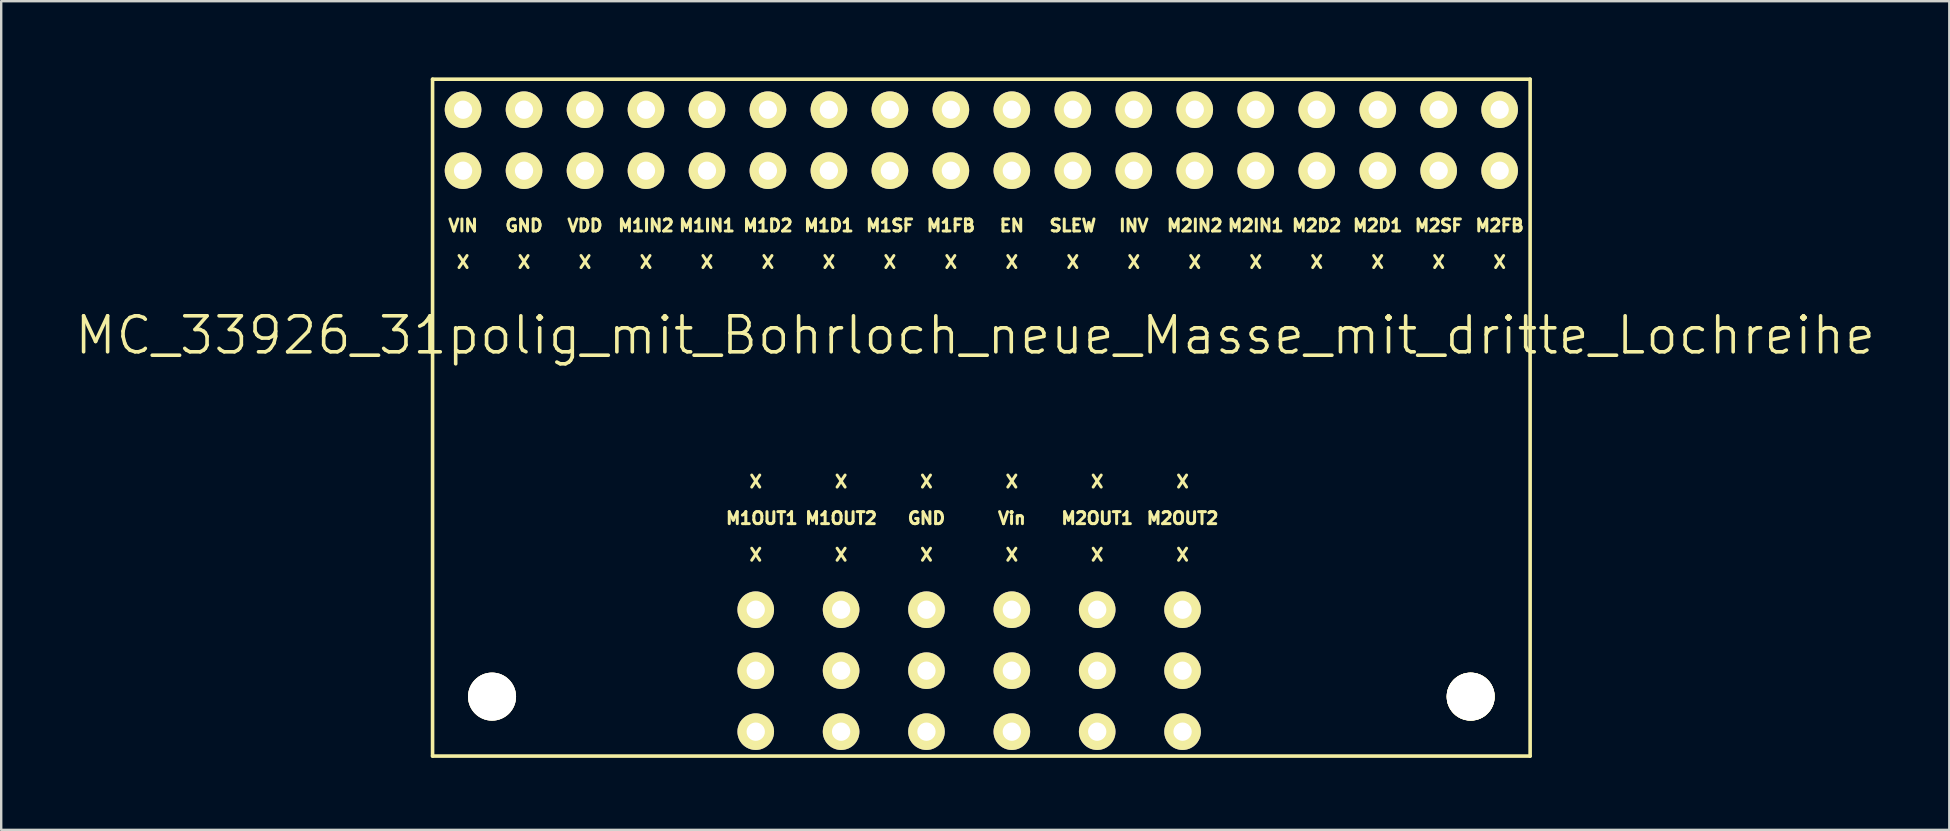
<source format=kicad_pcb>
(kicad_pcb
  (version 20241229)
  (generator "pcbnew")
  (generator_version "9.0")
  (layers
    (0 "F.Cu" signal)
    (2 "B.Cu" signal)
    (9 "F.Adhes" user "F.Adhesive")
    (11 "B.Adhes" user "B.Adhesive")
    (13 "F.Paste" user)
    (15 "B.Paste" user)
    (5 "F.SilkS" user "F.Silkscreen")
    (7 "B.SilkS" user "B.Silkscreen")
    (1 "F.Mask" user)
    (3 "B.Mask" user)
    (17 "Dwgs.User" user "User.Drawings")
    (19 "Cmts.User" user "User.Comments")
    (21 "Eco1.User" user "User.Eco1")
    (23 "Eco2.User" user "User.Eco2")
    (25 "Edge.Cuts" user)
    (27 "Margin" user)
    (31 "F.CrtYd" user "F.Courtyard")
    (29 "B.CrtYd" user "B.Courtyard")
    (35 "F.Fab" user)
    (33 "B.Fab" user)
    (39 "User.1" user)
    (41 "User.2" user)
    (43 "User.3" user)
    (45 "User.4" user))
  (footprint "MC_33926_31polig_mit_Bohrloch_neue_Masse_mit_dritte_Lochreihe"
    (layer "F.Cu")
    (at 14.969 0.25)
    (property "Reference" "MC_33926_31polig_mit_Bohrloch_neue_Masse_mit_dritte_Lochreihe" (at 22.606 10.668 0) (layer "F.SilkS") (effects (font (size 1.5 1.5) (thickness 0.15))))
    (attr through_hole)
    (fp_line (start 0 0) (end 45.72 0) (stroke (width 0.15) (type solid)) (layer "F.SilkS"))
    (fp_line (start 0 28.194) (end 0 0) (stroke (width 0.15) (type solid)) (layer "F.SilkS"))
    (fp_line (start 45.72 0) (end 45.72 28.194) (stroke (width 0.15) (type solid)) (layer "F.SilkS"))
    (fp_line (start 45.72 28.194) (end 0 28.194) (stroke (width 0.15) (type solid)) (layer "F.SilkS"))
    (fp_circle (center 2.477 25.718) (end 3.239 25.209) (stroke (width 0.15) (type solid)) (fill no) (layer "F.SilkS"))
    (fp_circle (center 13.97 3.81) (end 14.097 4.064) (stroke (width 0.15) (type solid)) (fill no) (layer "F.SilkS"))
    (fp_circle (center 16.51 3.81) (end 16.637 4.064) (stroke (width 0.15) (type solid)) (fill no) (layer "F.SilkS"))
    (fp_circle (center 24.13 3.81) (end 24.257 4.064) (stroke (width 0.15) (type solid)) (fill no) (layer "F.SilkS"))
    (fp_circle (center 26.67 3.81) (end 26.797 4.064) (stroke (width 0.15) (type solid)) (fill no) (layer "F.SilkS"))
    (fp_circle (center 29.21 3.81) (end 29.337 4.064) (stroke (width 0.15) (type solid)) (fill no) (layer "F.SilkS"))
    (fp_circle (center 36.83 3.81) (end 36.957 4.064) (stroke (width 0.15) (type solid)) (fill no) (layer "F.SilkS"))
    (fp_circle (center 39.37 3.81) (end 39.624 3.937) (stroke (width 0.15) (type solid)) (fill no) (layer "F.SilkS"))
    (fp_circle (center 43.243 25.718) (end 44.005 25.209) (stroke (width 0.15) (type solid)) (fill no) (layer "F.SilkS"))
    (fp_circle (center 43.243 25.718) (end 44.005 25.209) (stroke (width 0.15) (type solid)) (fill no) (layer "F.SilkS"))
    (fp_circle (center 43.243 25.718) (end 44.005 25.209) (stroke (width 0.15) (type solid)) (fill no) (layer "F.SilkS"))
    (fp_circle (center 43.243 25.718) (end 44.005 25.209) (stroke (width 0.15) (type solid)) (fill no) (layer "F.SilkS"))
    (fp_text user "X" (at 19.05 7.62 0) (layer "F.SilkS") (effects (font (size 0.5 0.5) (thickness 0.125))))
    (fp_text user "X" (at 24.13 7.62 0) (layer "F.SilkS") (effects (font (size 0.5 0.5) (thickness 0.125))))
    (fp_text user "X" (at 6.35 7.62 0) (layer "F.SilkS") (effects (font (size 0.5 0.5) (thickness 0.125))))
    (fp_text user "X" (at 24.13 19.812 0) (layer "F.SilkS") (effects (font (size 0.5 0.5) (thickness 0.125))))
    (fp_text user "X" (at 3.81 7.62 0) (layer "F.SilkS") (effects (font (size 0.5 0.5) (thickness 0.125))))
    (fp_text user "M1D2" (at 13.97 6.096 0) (layer "F.SilkS") (effects (font (size 0.5 0.5) (thickness 0.125))))
    (fp_text user "M1FB" (at 21.59 6.096 0) (layer "F.SilkS") (effects (font (size 0.5 0.5) (thickness 0.125))))
    (fp_text user "X" (at 31.242 19.812 0) (layer "F.SilkS") (effects (font (size 0.5 0.5) (thickness 0.125))))
    (fp_text user "M1OUT2" (at 17.018 18.288 0) (layer "F.SilkS") (effects (font (size 0.5 0.5) (thickness 0.125))))
    (fp_text user "VIN" (at 1.27 6.096 0) (layer "F.SilkS") (effects (font (size 0.5 0.5) (thickness 0.125))))
    (fp_text user "GND" (at 20.574 18.288 0) (layer "F.SilkS") (effects (font (size 0.5 0.5) (thickness 0.125))))
    (fp_text user "M2D1" (at 39.37 6.096 0) (layer "F.SilkS") (effects (font (size 0.5 0.5) (thickness 0.125))))
    (fp_text user "X" (at 27.686 16.764 0) (layer "F.SilkS") (effects (font (size 0.5 0.5) (thickness 0.125))))
    (fp_text user "M2OUT2" (at 31.242 18.288 0) (layer "F.SilkS") (effects (font (size 0.5 0.5) (thickness 0.125))))
    (fp_text user "X" (at 21.59 7.62 0) (layer "F.SilkS") (effects (font (size 0.5 0.5) (thickness 0.125))))
    (fp_text user "X" (at 41.91 7.62 0) (layer "F.SilkS") (effects (font (size 0.5 0.5) (thickness 0.125))))
    (fp_text user "M2D2" (at 36.83 6.096 0) (layer "F.SilkS") (effects (font (size 0.5 0.5) (thickness 0.125))))
    (fp_text user "X" (at 36.83 7.62 0) (layer "F.SilkS") (effects (font (size 0.5 0.5) (thickness 0.125))))
    (fp_text user "M1IN1" (at 11.43 6.096 0) (layer "F.SilkS") (effects (font (size 0.5 0.5) (thickness 0.125))))
    (fp_text user "M1D1" (at 16.51 6.096 0) (layer "F.SilkS") (effects (font (size 0.5 0.5) (thickness 0.125))))
    (fp_text user "GND" (at 3.81 6.096 0) (layer "F.SilkS") (effects (font (size 0.5 0.5) (thickness 0.125))))
    (fp_text user "M2OUT1" (at 27.686 18.288 0) (layer "F.SilkS") (effects (font (size 0.5 0.5) (thickness 0.125))))
    (fp_text user "Vin" (at 24.13 18.288 0) (layer "F.SilkS") (effects (font (size 0.5 0.5) (thickness 0.125))))
    (fp_text user "X" (at 13.462 16.764 0) (layer "F.SilkS") (effects (font (size 0.5 0.5) (thickness 0.125))))
    (fp_text user "X" (at 20.574 16.764 0) (layer "F.SilkS") (effects (font (size 0.5 0.5) (thickness 0.125))))
    (fp_text user "VDD" (at 6.35 6.096 0) (layer "F.SilkS") (effects (font (size 0.5 0.5) (thickness 0.125))))
    (fp_text user "X" (at 13.462 19.812 0) (layer "F.SilkS") (effects (font (size 0.5 0.5) (thickness 0.125))))
    (fp_text user "X" (at 39.37 7.62 0) (layer "F.SilkS") (effects (font (size 0.5 0.5) (thickness 0.125))))
    (fp_text user "X" (at 11.43 7.62 0) (layer "F.SilkS") (effects (font (size 0.5 0.5) (thickness 0.125))))
    (fp_text user "X" (at 1.27 7.62 0) (layer "F.SilkS") (effects (font (size 0.5 0.5) (thickness 0.125))))
    (fp_text user "M1OUT1" (at 13.716 18.288 0) (layer "F.SilkS") (effects (font (size 0.5 0.5) (thickness 0.125))))
    (fp_text user "X" (at 31.242 16.764 0) (layer "F.SilkS") (effects (font (size 0.5 0.5) (thickness 0.125))))
    (fp_text user "X" (at 26.67 7.62 0) (layer "F.SilkS") (effects (font (size 0.5 0.5) (thickness 0.125))))
    (fp_text user "X" (at 31.75 7.62 0) (layer "F.SilkS") (effects (font (size 0.5 0.5) (thickness 0.125))))
    (fp_text user "X" (at 27.686 19.812 0) (layer "F.SilkS") (effects (font (size 0.5 0.5) (thickness 0.125))))
    (fp_text user "M1IN2" (at 8.89 6.096 0) (layer "F.SilkS") (effects (font (size 0.5 0.5) (thickness 0.125))))
    (fp_text user "X" (at 29.21 7.62 0) (layer "F.SilkS") (effects (font (size 0.5 0.5) (thickness 0.125))))
    (fp_text user "X" (at 44.45 7.62 0) (layer "F.SilkS") (effects (font (size 0.5 0.5) (thickness 0.125))))
    (fp_text user "X" (at 20.574 19.812 0) (layer "F.SilkS") (effects (font (size 0.5 0.5) (thickness 0.125))))
    (fp_text user "X" (at 34.29 7.62 0) (layer "F.SilkS") (effects (font (size 0.5 0.5) (thickness 0.125))))
    (fp_text user "M2FB" (at 44.45 6.096 0) (layer "F.SilkS") (effects (font (size 0.5 0.5) (thickness 0.125))))
    (fp_text user "X" (at 17.018 19.812 0) (layer "F.SilkS") (effects (font (size 0.5 0.5) (thickness 0.125))))
    (fp_text user "SLEW" (at 26.67 6.096 0) (layer "F.SilkS") (effects (font (size 0.5 0.5) (thickness 0.125))))
    (fp_text user "X" (at 17.018 16.764 0) (layer "F.SilkS") (effects (font (size 0.5 0.5) (thickness 0.125))))
    (fp_text user "M2IN2" (at 31.75 6.096 0) (layer "F.SilkS") (effects (font (size 0.5 0.5) (thickness 0.125))))
    (fp_text user "M2SF" (at 41.91 6.096 0) (layer "F.SilkS") (effects (font (size 0.5 0.5) (thickness 0.125))))
    (fp_text user "X" (at 13.97 7.62 0) (layer "F.SilkS") (effects (font (size 0.5 0.5) (thickness 0.125))))
    (fp_text user "EN" (at 24.13 6.096 0) (layer "F.SilkS") (effects (font (size 0.5 0.5) (thickness 0.125))))
    (fp_text user "X" (at 8.89 7.62 0) (layer "F.SilkS") (effects (font (size 0.5 0.5) (thickness 0.125))))
    (fp_text user "X" (at 16.51 7.62 0) (layer "F.SilkS") (effects (font (size 0.5 0.5) (thickness 0.125))))
    (fp_text user "M1SF" (at 19.05 6.096 0) (layer "F.SilkS") (effects (font (size 0.5 0.5) (thickness 0.125))))
    (fp_text user "INV" (at 29.21 6.096 0) (layer "F.SilkS") (effects (font (size 0.5 0.5) (thickness 0.125))))
    (fp_text user "X" (at 24.13 16.764 0) (layer "F.SilkS") (effects (font (size 0.5 0.5) (thickness 0.125))))
    (fp_text user "M2IN1" (at 34.29 6.096 0) (layer "F.SilkS") (effects (font (size 0.5 0.5) (thickness 0.125))))
    (pad "1" thru_hole circle (at 1.27 1.27) (size 1.524 1.524) (drill 0.762) (layers "*.Cu" "*.Mask" "F.SilkS"))
    (pad "2" thru_hole circle (at 3.81 1.27) (size 1.524 1.524) (drill 0.762) (layers "*.Cu" "*.Mask" "F.SilkS"))
    (pad "3" thru_hole circle (at 6.35 1.27) (size 1.524 1.524) (drill 0.762) (layers "*.Cu" "*.Mask" "F.SilkS"))
    (pad "4" thru_hole circle (at 8.89 1.27) (size 1.524 1.524) (drill 0.762) (layers "*.Cu" "*.Mask" "F.SilkS"))
    (pad "5" thru_hole circle (at 11.43 1.27) (size 1.524 1.524) (drill 0.762) (layers "*.Cu" "*.Mask" "F.SilkS"))
    (pad "6" thru_hole circle (at 13.97 1.27) (size 1.524 1.524) (drill 0.762) (layers "*.Cu" "*.Mask" "F.SilkS"))
    (pad "7" thru_hole circle (at 16.51 1.27) (size 1.524 1.524) (drill 0.762) (layers "*.Cu" "*.Mask" "F.SilkS"))
    (pad "8" thru_hole circle (at 19.05 1.27) (size 1.524 1.524) (drill 0.762) (layers "*.Cu" "*.Mask" "F.SilkS"))
    (pad "9" thru_hole circle (at 21.59 1.27) (size 1.524 1.524) (drill 0.762) (layers "*.Cu" "*.Mask" "F.SilkS"))
    (pad "10" thru_hole circle (at 24.13 1.27) (size 1.524 1.524) (drill 0.762) (layers "*.Cu" "*.Mask" "F.SilkS"))
    (pad "11" thru_hole circle (at 26.67 1.27) (size 1.524 1.524) (drill 0.762) (layers "*.Cu" "*.Mask" "F.SilkS"))
    (pad "12" thru_hole circle (at 29.21 1.27) (size 1.524 1.524) (drill 0.762) (layers "*.Cu" "*.Mask" "F.SilkS"))
    (pad "13" thru_hole circle (at 31.75 1.27) (size 1.524 1.524) (drill 0.762) (layers "*.Cu" "*.Mask" "F.SilkS"))
    (pad "14" thru_hole circle (at 34.29 1.27) (size 1.524 1.524) (drill 0.762) (layers "*.Cu" "*.Mask" "F.SilkS"))
    (pad "15" thru_hole circle (at 36.83 1.27) (size 1.524 1.524) (drill 0.762) (layers "*.Cu" "*.Mask" "F.SilkS"))
    (pad "16" thru_hole circle (at 39.37 1.27) (size 1.524 1.524) (drill 0.762) (layers "*.Cu" "*.Mask" "F.SilkS"))
    (pad "17" thru_hole circle (at 41.91 1.27) (size 1.524 1.524) (drill 0.762) (layers "*.Cu" "*.Mask" "F.SilkS"))
    (pad "18" thru_hole circle (at 44.45 1.27) (size 1.524 1.524) (drill 0.762) (layers "*.Cu" "*.Mask" "F.SilkS"))
    (pad "19" thru_hole circle (at 13.462 24.638) (size 1.524 1.524) (drill 0.762) (layers "*.Cu" "*.Mask" "F.SilkS"))
    (pad "20" thru_hole circle (at 17.018 24.638) (size 1.524 1.524) (drill 0.762) (layers "*.Cu" "*.Mask" "F.SilkS"))
    (pad "21" thru_hole circle (at 20.574 24.638) (size 1.524 1.524) (drill 0.762) (layers "*.Cu" "*.Mask" "F.SilkS"))
    (pad "22" thru_hole circle (at 24.13 24.638) (size 1.524 1.524) (drill 0.762) (layers "*.Cu" "*.Mask" "F.SilkS"))
    (pad "23" thru_hole circle (at 27.686 24.638) (size 1.524 1.524) (drill 0.762) (layers "*.Cu" "*.Mask" "F.SilkS"))
    (pad "24" thru_hole circle (at 31.242 24.638) (size 1.524 1.524) (drill 0.762) (layers "*.Cu" "*.Mask" "F.SilkS"))
    (pad "25" thru_hole circle (at 13.97 3.81) (size 1.524 1.524) (drill 0.762) (layers "*.Cu" "*.Mask" "F.SilkS"))
    (pad "26" thru_hole circle (at 16.51 3.81) (size 1.524 1.524) (drill 0.762) (layers "*.Cu" "*.Mask" "F.SilkS"))
    (pad "27" thru_hole circle (at 24.13 3.81) (size 1.524 1.524) (drill 0.762) (layers "*.Cu" "*.Mask" "F.SilkS"))
    (pad "28" thru_hole circle (at 26.67 3.81) (size 1.524 1.524) (drill 0.762) (layers "*.Cu" "*.Mask" "F.SilkS"))
    (pad "29" thru_hole circle (at 29.21 3.81) (size 1.524 1.524) (drill 0.762) (layers "*.Cu" "*.Mask" "F.SilkS"))
    (pad "30" thru_hole circle (at 36.83 3.81) (size 1.524 1.524) (drill 0.762) (layers "*.Cu" "*.Mask" "F.SilkS"))
    (pad "31" thru_hole circle (at 39.37 3.81) (size 1.524 1.524) (drill 0.762) (layers "*.Cu" "*.Mask" "F.SilkS"))
    (pad "101" thru_hole circle (at 1.27 3.81) (size 1.524 1.524) (drill 0.762) (layers "*.Cu" "*.Mask" "F.SilkS"))
    (pad "102" thru_hole circle (at 3.81 3.81) (size 1.524 1.524) (drill 0.762) (layers "*.Cu" "*.Mask" "F.SilkS"))
    (pad "103" thru_hole circle (at 6.35 3.81) (size 1.524 1.524) (drill 0.762) (layers "*.Cu" "*.Mask" "F.SilkS"))
    (pad "104" thru_hole circle (at 8.89 3.81) (size 1.524 1.524) (drill 0.762) (layers "*.Cu" "*.Mask" "F.SilkS"))
    (pad "105" thru_hole circle (at 11.43 3.81) (size 1.524 1.524) (drill 0.762) (layers "*.Cu" "*.Mask" "F.SilkS"))
    (pad "106" thru_hole circle (at 19.05 3.81) (size 1.524 1.524) (drill 0.762) (layers "*.Cu" "*.Mask" "F.SilkS"))
    (pad "107" thru_hole circle (at 21.59 3.81) (size 1.524 1.524) (drill 0.762) (layers "*.Cu" "*.Mask" "F.SilkS"))
    (pad "108" thru_hole circle (at 31.75 3.81) (size 1.524 1.524) (drill 0.762) (layers "*.Cu" "*.Mask" "F.SilkS"))
    (pad "109" thru_hole circle (at 34.29 3.81) (size 1.524 1.524) (drill 0.762) (layers "*.Cu" "*.Mask" "F.SilkS"))
    (pad "110" thru_hole circle (at 41.91 3.81) (size 1.524 1.524) (drill 0.762) (layers "*.Cu" "*.Mask" "F.SilkS"))
    (pad "111" thru_hole circle (at 44.45 3.81) (size 1.524 1.524) (drill 0.762) (layers "*.Cu" "*.Mask" "F.SilkS"))
    (pad "112" thru_hole circle (at 13.462 22.098) (size 1.524 1.524) (drill 0.762) (layers "*.Cu" "*.Mask" "F.SilkS"))
    (pad "113" thru_hole circle (at 17.018 22.098) (size 1.524 1.524) (drill 0.762) (layers "*.Cu" "*.Mask" "F.SilkS"))
    (pad "114" thru_hole circle (at 20.574 22.098) (size 1.524 1.524) (drill 0.762) (layers "*.Cu" "*.Mask" "F.SilkS"))
    (pad "115" thru_hole circle (at 24.13 22.098) (size 1.524 1.524) (drill 0.762) (layers "*.Cu" "*.Mask" "F.SilkS"))
    (pad "116" thru_hole circle (at 27.686 22.098) (size 1.524 1.524) (drill 0.762) (layers "*.Cu" "*.Mask" "F.SilkS"))
    (pad "117" thru_hole circle (at 31.242 22.098) (size 1.524 1.524) (drill 0.762) (layers "*.Cu" "*.Mask" "F.SilkS"))
    (pad "118" thru_hole circle (at 13.462 27.178) (size 1.524 1.524) (drill 0.762) (layers "*.Cu" "*.Mask" "F.SilkS"))
    (pad "119" thru_hole circle (at 17.018 27.178) (size 1.524 1.524) (drill 0.762) (layers "*.Cu" "*.Mask" "F.SilkS"))
    (pad "120" thru_hole circle (at 20.574 27.178) (size 1.524 1.524) (drill 0.762) (layers "*.Cu" "*.Mask" "F.SilkS"))
    (pad "121" thru_hole circle (at 24.13 27.178) (size 1.524 1.524) (drill 0.762) (layers "*.Cu" "*.Mask" "F.SilkS"))
    (pad "122" thru_hole circle (at 27.686 27.178) (size 1.524 1.524) (drill 0.762) (layers "*.Cu" "*.Mask" "F.SilkS"))
    (pad "123" thru_hole circle (at 31.242 27.178) (size 1.524 1.524) (drill 0.762) (layers "*.Cu" "*.Mask" "F.SilkS"))
    (pad "~" thru_hole circle (at 2.477 25.718) (size 2 2) (drill 2) (layers "*.Cu" "*.Mask" "F.SilkS"))
    (pad "~" thru_hole circle (at 43.243 25.718) (size 2 2) (drill 2) (layers "*.Cu" "*.Mask" "F.SilkS")))
  (gr_rect
    (start -3 -3)
    (end 78.15 31.519)
    (stroke (width 0.1) (type default))
    (fill no)
    (layer "Edge.Cuts")))
</source>
